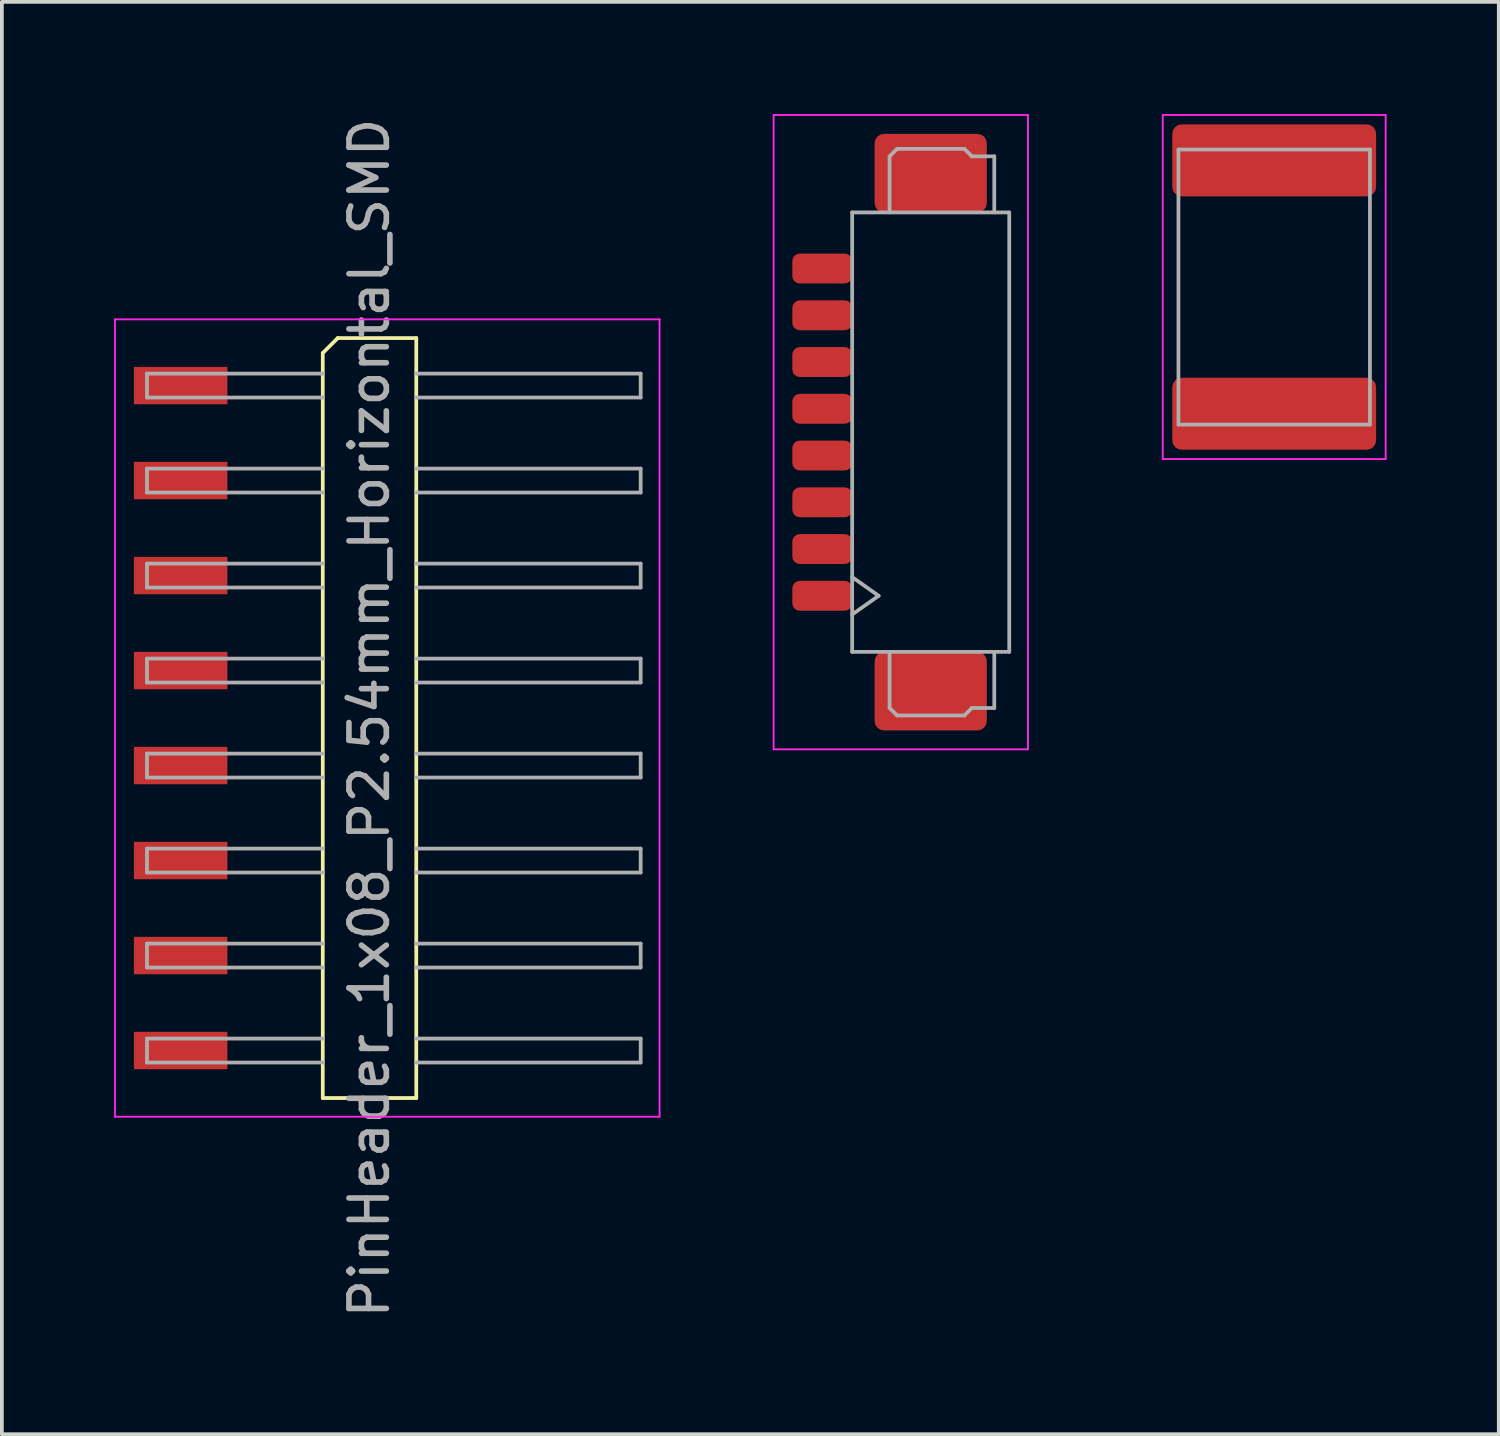
<source format=kicad_pcb>
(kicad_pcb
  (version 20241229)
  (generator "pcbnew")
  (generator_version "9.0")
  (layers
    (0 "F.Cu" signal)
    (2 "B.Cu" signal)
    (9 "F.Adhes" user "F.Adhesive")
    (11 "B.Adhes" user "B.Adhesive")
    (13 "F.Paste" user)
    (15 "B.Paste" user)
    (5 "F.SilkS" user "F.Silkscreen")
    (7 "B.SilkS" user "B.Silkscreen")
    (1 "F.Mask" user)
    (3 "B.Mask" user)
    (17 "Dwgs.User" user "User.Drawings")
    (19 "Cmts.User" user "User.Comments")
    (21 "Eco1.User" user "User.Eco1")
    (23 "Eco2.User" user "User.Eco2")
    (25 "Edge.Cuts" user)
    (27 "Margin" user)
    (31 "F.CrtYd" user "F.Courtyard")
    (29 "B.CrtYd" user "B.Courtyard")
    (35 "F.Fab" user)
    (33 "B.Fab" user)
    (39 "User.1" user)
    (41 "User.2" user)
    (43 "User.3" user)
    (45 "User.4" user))
  (footprint "PinHeader_1x08_P2.54mm_Horizontal_SMD"
    (layer "F.Cu")
    (at 7.305 16.149)
    (property "Reference" "PinHeader_1x08_P2.54mm_Horizontal_SMD" (at -0.401 -3.17 0) (layer "Eco2.User") (effects (font (size 0.3 0.3) (thickness 0.075))))
    (attr smd)
    (fp_line (start -1.725 -9.76) (end -1.325 -10.16) (stroke (width 0.1) (type solid)) (layer "F.SilkS"))
    (fp_line (start -1.725 10.16) (end -1.725 -9.76) (stroke (width 0.1) (type solid)) (layer "F.SilkS"))
    (fp_line (start -1.325 -10.16) (end 0.775 -10.16) (stroke (width 0.1) (type solid)) (layer "F.SilkS"))
    (fp_line (start 0.775 -10.16) (end 0.775 10.16) (stroke (width 0.1) (type solid)) (layer "F.SilkS"))
    (fp_line (start 0.775 10.16) (end -1.725 10.16) (stroke (width 0.1) (type solid)) (layer "F.SilkS"))
    (fp_line (start -7.28 -10.66) (end 7.28 -10.66) (stroke (width 0.05) (type solid)) (layer "F.CrtYd"))
    (fp_line (start -7.28 10.66) (end -7.28 -10.66) (stroke (width 0.05) (type solid)) (layer "F.CrtYd"))
    (fp_line (start 7.28 -10.66) (end 7.28 10.66) (stroke (width 0.05) (type solid)) (layer "F.CrtYd"))
    (fp_line (start 7.28 10.66) (end -7.28 10.66) (stroke (width 0.05) (type solid)) (layer "F.CrtYd"))
    (fp_line (start -6.425 -9.21) (end -6.425 -8.57) (stroke (width 0.1) (type solid)) (layer "F.Fab"))
    (fp_line (start -6.425 -8.57) (end -1.725 -8.57) (stroke (width 0.1) (type solid)) (layer "F.Fab"))
    (fp_line (start -6.425 -6.67) (end -6.425 -6.03) (stroke (width 0.1) (type solid)) (layer "F.Fab"))
    (fp_line (start -6.425 -6.03) (end -1.725 -6.03) (stroke (width 0.1) (type solid)) (layer "F.Fab"))
    (fp_line (start -6.425 -4.13) (end -6.425 -3.49) (stroke (width 0.1) (type solid)) (layer "F.Fab"))
    (fp_line (start -6.425 -3.49) (end -1.725 -3.49) (stroke (width 0.1) (type solid)) (layer "F.Fab"))
    (fp_line (start -6.425 -1.59) (end -6.425 -0.95) (stroke (width 0.1) (type solid)) (layer "F.Fab"))
    (fp_line (start -6.425 -0.95) (end -1.725 -0.95) (stroke (width 0.1) (type solid)) (layer "F.Fab"))
    (fp_line (start -6.425 0.95) (end -6.425 1.59) (stroke (width 0.1) (type solid)) (layer "F.Fab"))
    (fp_line (start -6.425 1.59) (end -1.725 1.59) (stroke (width 0.1) (type solid)) (layer "F.Fab"))
    (fp_line (start -6.425 3.49) (end -6.425 4.13) (stroke (width 0.1) (type solid)) (layer "F.Fab"))
    (fp_line (start -6.425 4.13) (end -1.725 4.13) (stroke (width 0.1) (type solid)) (layer "F.Fab"))
    (fp_line (start -6.425 6.03) (end -6.425 6.67) (stroke (width 0.1) (type solid)) (layer "F.Fab"))
    (fp_line (start -6.425 6.67) (end -1.725 6.67) (stroke (width 0.1) (type solid)) (layer "F.Fab"))
    (fp_line (start -6.425 8.57) (end -6.425 9.21) (stroke (width 0.1) (type solid)) (layer "F.Fab"))
    (fp_line (start -6.425 9.21) (end -1.725 9.21) (stroke (width 0.1) (type solid)) (layer "F.Fab"))
    (fp_line (start -1.725 -9.21) (end -6.425 -9.21) (stroke (width 0.1) (type solid)) (layer "F.Fab"))
    (fp_line (start -1.725 -6.67) (end -6.425 -6.67) (stroke (width 0.1) (type solid)) (layer "F.Fab"))
    (fp_line (start -1.725 -4.13) (end -6.425 -4.13) (stroke (width 0.1) (type solid)) (layer "F.Fab"))
    (fp_line (start -1.725 -1.59) (end -6.425 -1.59) (stroke (width 0.1) (type solid)) (layer "F.Fab"))
    (fp_line (start -1.725 0.95) (end -6.425 0.95) (stroke (width 0.1) (type solid)) (layer "F.Fab"))
    (fp_line (start -1.725 3.49) (end -6.425 3.49) (stroke (width 0.1) (type solid)) (layer "F.Fab"))
    (fp_line (start -1.725 6.03) (end -6.425 6.03) (stroke (width 0.1) (type solid)) (layer "F.Fab"))
    (fp_line (start -1.725 8.57) (end -6.425 8.57) (stroke (width 0.1) (type solid)) (layer "F.Fab"))
    (fp_line (start 0.775 -9.21) (end 6.775 -9.21) (stroke (width 0.1) (type solid)) (layer "F.Fab"))
    (fp_line (start 0.775 -6.67) (end 6.775 -6.67) (stroke (width 0.1) (type solid)) (layer "F.Fab"))
    (fp_line (start 0.775 -4.13) (end 6.775 -4.13) (stroke (width 0.1) (type solid)) (layer "F.Fab"))
    (fp_line (start 0.775 -1.59) (end 6.775 -1.59) (stroke (width 0.1) (type solid)) (layer "F.Fab"))
    (fp_line (start 0.775 0.95) (end 6.775 0.95) (stroke (width 0.1) (type solid)) (layer "F.Fab"))
    (fp_line (start 0.775 3.49) (end 6.775 3.49) (stroke (width 0.1) (type solid)) (layer "F.Fab"))
    (fp_line (start 0.775 6.03) (end 6.775 6.03) (stroke (width 0.1) (type solid)) (layer "F.Fab"))
    (fp_line (start 0.775 8.57) (end 6.775 8.57) (stroke (width 0.1) (type solid)) (layer "F.Fab"))
    (fp_line (start 6.775 -9.21) (end 6.775 -8.57) (stroke (width 0.1) (type solid)) (layer "F.Fab"))
    (fp_line (start 6.775 -8.57) (end 0.775 -8.57) (stroke (width 0.1) (type solid)) (layer "F.Fab"))
    (fp_line (start 6.775 -6.67) (end 6.775 -6.03) (stroke (width 0.1) (type solid)) (layer "F.Fab"))
    (fp_line (start 6.775 -6.03) (end 0.775 -6.03) (stroke (width 0.1) (type solid)) (layer "F.Fab"))
    (fp_line (start 6.775 -4.13) (end 6.775 -3.49) (stroke (width 0.1) (type solid)) (layer "F.Fab"))
    (fp_line (start 6.775 -3.49) (end 0.775 -3.49) (stroke (width 0.1) (type solid)) (layer "F.Fab"))
    (fp_line (start 6.775 -1.59) (end 6.775 -0.95) (stroke (width 0.1) (type solid)) (layer "F.Fab"))
    (fp_line (start 6.775 -0.95) (end 0.775 -0.95) (stroke (width 0.1) (type solid)) (layer "F.Fab"))
    (fp_line (start 6.775 0.95) (end 6.775 1.59) (stroke (width 0.1) (type solid)) (layer "F.Fab"))
    (fp_line (start 6.775 1.59) (end 0.775 1.59) (stroke (width 0.1) (type solid)) (layer "F.Fab"))
    (fp_line (start 6.775 3.49) (end 6.775 4.13) (stroke (width 0.1) (type solid)) (layer "F.Fab"))
    (fp_line (start 6.775 4.13) (end 0.775 4.13) (stroke (width 0.1) (type solid)) (layer "F.Fab"))
    (fp_line (start 6.775 6.03) (end 6.775 6.67) (stroke (width 0.1) (type solid)) (layer "F.Fab"))
    (fp_line (start 6.775 6.67) (end 0.775 6.67) (stroke (width 0.1) (type solid)) (layer "F.Fab"))
    (fp_line (start 6.775 8.57) (end 6.775 9.21) (stroke (width 0.1) (type solid)) (layer "F.Fab"))
    (fp_line (start 6.775 9.21) (end 0.775 9.21) (stroke (width 0.1) (type solid)) (layer "F.Fab"))
    (fp_text user "${REFERENCE}" (at -0.48 0 90) (layer "F.Fab") (effects (font (size 1 1) (thickness 0.15))))
    (pad "1" smd rect (at -5.525 -8.89) (size 2.5 1) (layers "F.Cu" "F.Mask" "F.Paste"))
    (pad "2" smd rect (at -5.525 -6.35) (size 2.5 1) (layers "F.Cu" "F.Mask" "F.Paste"))
    (pad "3" smd rect (at -5.525 -3.81) (size 2.5 1) (layers "F.Cu" "F.Mask" "F.Paste"))
    (pad "4" smd rect (at -5.525 -1.27) (size 2.5 1) (layers "F.Cu" "F.Mask" "F.Paste"))
    (pad "5" smd rect (at -5.525 1.27) (size 2.5 1) (layers "F.Cu" "F.Mask" "F.Paste"))
    (pad "6" smd rect (at -5.525 3.81) (size 2.5 1) (layers "F.Cu" "F.Mask" "F.Paste"))
    (pad "7" smd rect (at -5.525 6.35) (size 2.5 1) (layers "F.Cu" "F.Mask" "F.Paste"))
    (pad "8" smd rect (at -5.525 8.89) (size 2.5 1) (layers "F.Cu" "F.Mask" "F.Paste")))
  (footprint "Polyfuse_2A"
    (layer "F.Cu")
    (at 30.961 4.719)
    (property "Reference" "Polyfuse_2A" (at 0.058 0.208 0) (layer "Eco2.User") (effects (font (size 0.3 0.3) (thickness 0.075))))
    (attr smd)
    (fp_line (start -2.922 -4.694) (end 3.038 -4.694) (stroke (width 0.05) (type solid)) (layer "F.CrtYd"))
    (fp_line (start -2.922 4.506) (end -2.922 -4.694) (stroke (width 0.05) (type solid)) (layer "F.CrtYd"))
    (fp_line (start 3.038 -4.694) (end 3.038 4.506) (stroke (width 0.05) (type solid)) (layer "F.CrtYd"))
    (fp_line (start 3.038 4.506) (end -2.922 4.506) (stroke (width 0.05) (type solid)) (layer "F.CrtYd"))
    (fp_line (start -2.502 -3.771) (end 2.618 -3.771) (stroke (width 0.1) (type solid)) (layer "F.Fab"))
    (fp_line (start -2.502 3.584) (end -2.502 -3.771) (stroke (width 0.1) (type solid)) (layer "F.Fab"))
    (fp_line (start 2.618 -3.771) (end 2.618 3.584) (stroke (width 0.1) (type solid)) (layer "F.Fab"))
    (fp_line (start 2.618 3.584) (end -2.502 3.584) (stroke (width 0.1) (type solid)) (layer "F.Fab"))
    (pad "1" smd roundrect (at 0.058 3.294 90) (size 1.925 5.45) (layers "F.Cu" "F.Mask" "F.Paste") (roundrect_rratio 0.13))
    (pad "2" smd roundrect (at 0.058 -3.481 90) (size 1.925 5.45) (layers "F.Cu" "F.Mask" "F.Paste") (roundrect_rratio 0.13)))
  (footprint "PMS5003_conn_53261-0871"
    (layer "F.Cu")
    (at 21.335 8.505)
    (property "Reference" "PMS5003_conn_53261-0871" (at 0.325 0.213 0) (layer "Eco2.User") (effects (font (size 0.3 0.3) (thickness 0.075))))
    (attr smd)
    (fp_line (start -3.7 -8.48) (end -3.7 8.48) (stroke (width 0.05) (type solid)) (layer "F.CrtYd"))
    (fp_line (start -3.7 8.48) (end 3.1 8.48) (stroke (width 0.05) (type solid)) (layer "F.CrtYd"))
    (fp_line (start 3.1 -8.48) (end -3.7 -8.48) (stroke (width 0.05) (type solid)) (layer "F.CrtYd"))
    (fp_line (start 3.1 8.48) (end 3.1 -8.48) (stroke (width 0.05) (type solid)) (layer "F.CrtYd"))
    (fp_line (start -1.6 -5.875) (end 2.6 -5.875) (stroke (width 0.1) (type solid)) (layer "F.Fab"))
    (fp_line (start -1.6 4.875) (end -0.893 4.375) (stroke (width 0.1) (type solid)) (layer "F.Fab"))
    (fp_line (start -1.6 5.875) (end -1.6 -5.875) (stroke (width 0.1) (type solid)) (layer "F.Fab"))
    (fp_line (start -1.6 5.875) (end 2.6 5.875) (stroke (width 0.1) (type solid)) (layer "F.Fab"))
    (fp_line (start -0.893 4.375) (end -1.6 3.875) (stroke (width 0.1) (type solid)) (layer "F.Fab"))
    (fp_line (start -0.6 -7.375) (end -0.4 -7.575) (stroke (width 0.1) (type solid)) (layer "F.Fab"))
    (fp_line (start -0.6 -5.875) (end -0.6 -7.375) (stroke (width 0.1) (type solid)) (layer "F.Fab"))
    (fp_line (start -0.6 5.875) (end -0.6 7.375) (stroke (width 0.1) (type solid)) (layer "F.Fab"))
    (fp_line (start -0.6 7.375) (end -0.4 7.575) (stroke (width 0.1) (type solid)) (layer "F.Fab"))
    (fp_line (start -0.4 -7.575) (end 1.4 -7.575) (stroke (width 0.1) (type solid)) (layer "F.Fab"))
    (fp_line (start -0.4 7.575) (end 1.4 7.575) (stroke (width 0.1) (type solid)) (layer "F.Fab"))
    (fp_line (start 1.4 -7.575) (end 1.6 -7.375) (stroke (width 0.1) (type solid)) (layer "F.Fab"))
    (fp_line (start 1.4 7.575) (end 1.6 7.375) (stroke (width 0.1) (type solid)) (layer "F.Fab"))
    (fp_line (start 1.6 -7.375) (end 2.2 -7.375) (stroke (width 0.1) (type solid)) (layer "F.Fab"))
    (fp_line (start 1.6 7.375) (end 2.2 7.375) (stroke (width 0.1) (type solid)) (layer "F.Fab"))
    (fp_line (start 2.2 -7.375) (end 2.2 -5.875) (stroke (width 0.1) (type solid)) (layer "F.Fab"))
    (fp_line (start 2.2 7.375) (end 2.2 5.875) (stroke (width 0.1) (type solid)) (layer "F.Fab"))
    (fp_line (start 2.6 5.875) (end 2.6 -5.875) (stroke (width 0.1) (type solid)) (layer "F.Fab"))
    (pad "1" smd roundrect (at -2.4 -4.375 90) (size 0.8 1.6) (layers "F.Cu" "F.Mask" "F.Paste") (roundrect_rratio 0.25))
    (pad "2" smd roundrect (at -2.4 -3.125 90) (size 0.8 1.6) (layers "F.Cu" "F.Mask" "F.Paste") (roundrect_rratio 0.25))
    (pad "3" smd roundrect (at -2.4 -1.875 90) (size 0.8 1.6) (layers "F.Cu" "F.Mask" "F.Paste") (roundrect_rratio 0.25))
    (pad "4" smd roundrect (at -2.4 -0.625 90) (size 0.8 1.6) (layers "F.Cu" "F.Mask" "F.Paste") (roundrect_rratio 0.25))
    (pad "5" smd roundrect (at -2.4 0.625 90) (size 0.8 1.6) (layers "F.Cu" "F.Mask" "F.Paste") (roundrect_rratio 0.25))
    (pad "6" smd roundrect (at -2.4 1.875 90) (size 0.8 1.6) (layers "F.Cu" "F.Mask" "F.Paste") (roundrect_rratio 0.25))
    (pad "7" smd roundrect (at -2.4 3.125 90) (size 0.8 1.6) (layers "F.Cu" "F.Mask" "F.Paste") (roundrect_rratio 0.25))
    (pad "8" smd roundrect (at -2.4 4.375 90) (size 0.8 1.6) (layers "F.Cu" "F.Mask" "F.Paste") (roundrect_rratio 0.25))
    (pad "MP" smd roundrect (at 0.5 -6.925 90) (size 2.1 3) (layers "F.Cu" "F.Mask" "F.Paste") (roundrect_rratio 0.119))
    (pad "MP" smd roundrect (at 0.5 6.925 90) (size 2.1 3) (layers "F.Cu" "F.Mask" "F.Paste") (roundrect_rratio 0.119)))
  (gr_rect
    (start -3 -3)
    (end 37.024 35.298)
    (stroke (width 0.1) (type default))
    (fill no)
    (layer "Edge.Cuts")))
</source>
